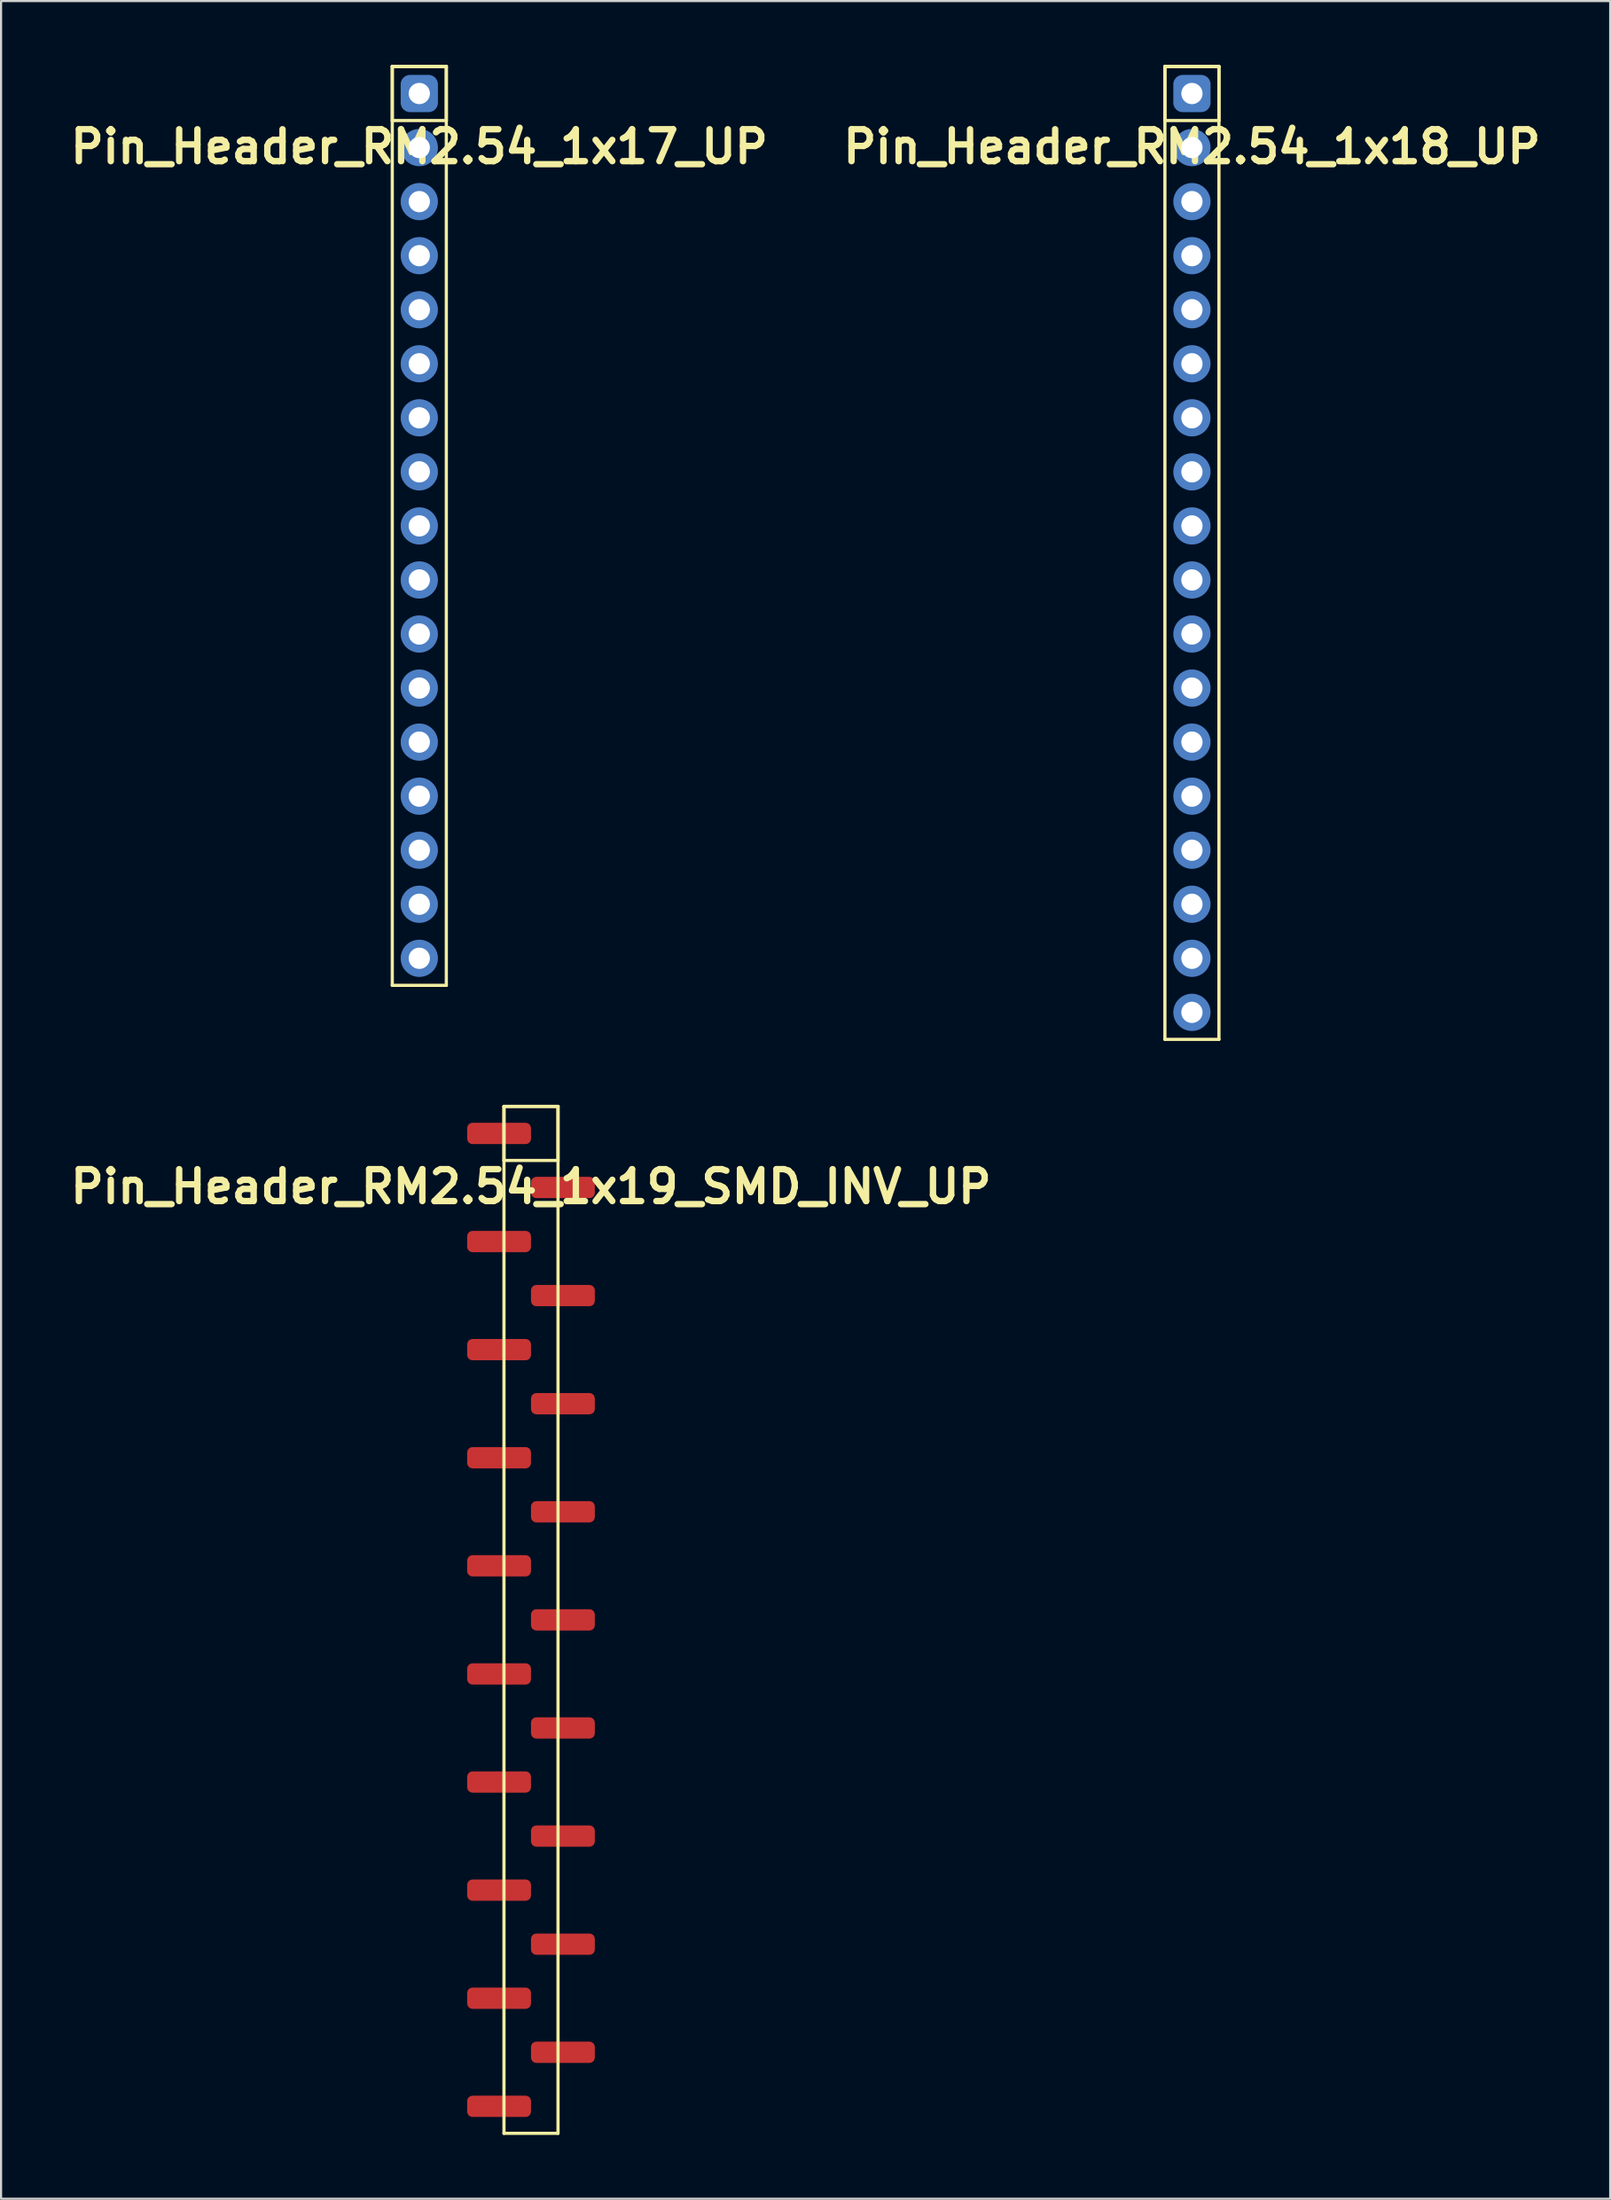
<source format=kicad_pcb>
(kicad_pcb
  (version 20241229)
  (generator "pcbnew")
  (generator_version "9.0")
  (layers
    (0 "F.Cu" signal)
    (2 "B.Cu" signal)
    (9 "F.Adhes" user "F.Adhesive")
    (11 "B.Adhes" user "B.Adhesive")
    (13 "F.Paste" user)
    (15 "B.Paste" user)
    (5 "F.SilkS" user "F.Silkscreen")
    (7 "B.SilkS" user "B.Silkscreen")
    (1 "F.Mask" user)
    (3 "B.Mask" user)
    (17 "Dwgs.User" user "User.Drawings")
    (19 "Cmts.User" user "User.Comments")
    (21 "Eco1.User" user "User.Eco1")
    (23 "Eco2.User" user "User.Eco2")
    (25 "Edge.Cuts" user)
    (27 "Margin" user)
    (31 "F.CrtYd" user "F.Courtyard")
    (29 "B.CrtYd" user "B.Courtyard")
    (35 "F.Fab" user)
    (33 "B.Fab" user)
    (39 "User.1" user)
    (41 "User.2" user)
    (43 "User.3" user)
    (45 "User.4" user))
  (footprint "Pin_Header_RM2.54_1x18_UP"
    (layer "F.Cu")
    (at 52.971 1.345)
    (property "Reference" "Pin_Header_RM2.54_1x18_UP" (at 0 2.5 0) (layer "F.SilkS") (effects (font (size 1.5 1.5) (thickness 0.3))))
    (attr through_hole)
    (fp_line (start -1.27 -1.27) (end 1.27 -1.27) (stroke (width 0.15) (type solid)) (layer "F.SilkS"))
    (fp_line (start -1.27 -1.27) (end 1.27 -1.27) (stroke (width 0.15) (type solid)) (layer "F.SilkS"))
    (fp_line (start -1.27 1.27) (end -1.27 -1.27) (stroke (width 0.15) (type solid)) (layer "F.SilkS"))
    (fp_line (start -1.27 44.45) (end -1.27 -1.27) (stroke (width 0.15) (type solid)) (layer "F.SilkS"))
    (fp_line (start 1.27 -1.27) (end 1.27 1.27) (stroke (width 0.15) (type solid)) (layer "F.SilkS"))
    (fp_line (start 1.27 -1.27) (end 1.27 44.45) (stroke (width 0.15) (type solid)) (layer "F.SilkS"))
    (fp_line (start 1.27 1.27) (end -1.27 1.27) (stroke (width 0.15) (type solid)) (layer "F.SilkS"))
    (fp_line (start 1.27 44.45) (end -1.27 44.45) (stroke (width 0.15) (type solid)) (layer "F.SilkS"))
    (pad "1" thru_hole circle (at 0 0) (size 1.3 1.3) (drill 1) (layers "*.Cu" "*.Mask"))
    (pad "1" smd roundrect (at 0 0) (size 1.5 1.5) (layers "F.Cu" "F.Mask") (roundrect_rratio 0.25))
    (pad "1" smd roundrect (at 0 0) (size 1.75 1.75) (layers "B.Cu" "B.Mask") (roundrect_rratio 0.25))
    (pad "2" thru_hole circle (at 0 2.54) (size 1.3 1.3) (drill 1) (layers "*.Cu" "*.Mask"))
    (pad "2" smd circle (at 0 2.54) (size 1.5 1.5) (layers "F.Cu" "F.Mask"))
    (pad "2" smd circle (at 0 2.54) (size 1.75 1.75) (layers "B.Cu" "B.Mask"))
    (pad "3" thru_hole circle (at 0 5.08) (size 1.3 1.3) (drill 1) (layers "*.Cu" "*.Mask"))
    (pad "3" smd circle (at 0 5.08) (size 1.5 1.5) (layers "F.Cu" "F.Mask"))
    (pad "3" smd circle (at 0 5.08) (size 1.75 1.75) (layers "B.Cu" "B.Mask"))
    (pad "4" thru_hole circle (at 0 7.62) (size 1.3 1.3) (drill 1) (layers "*.Cu" "*.Mask"))
    (pad "4" smd circle (at 0 7.62) (size 1.5 1.5) (layers "F.Cu" "F.Mask"))
    (pad "4" smd circle (at 0 7.62) (size 1.75 1.75) (layers "B.Cu" "B.Mask"))
    (pad "5" thru_hole circle (at 0 10.16) (size 1.3 1.3) (drill 1) (layers "*.Cu" "*.Mask"))
    (pad "5" smd circle (at 0 10.16) (size 1.5 1.5) (layers "F.Cu" "F.Mask"))
    (pad "5" smd circle (at 0 10.16) (size 1.75 1.75) (layers "B.Cu" "B.Mask"))
    (pad "6" thru_hole circle (at 0 12.7) (size 1.3 1.3) (drill 1) (layers "*.Cu" "*.Mask"))
    (pad "6" smd circle (at 0 12.7) (size 1.5 1.5) (layers "F.Cu" "F.Mask"))
    (pad "6" smd circle (at 0 12.7) (size 1.75 1.75) (layers "B.Cu" "B.Mask"))
    (pad "7" thru_hole circle (at 0 15.24) (size 1.3 1.3) (drill 1) (layers "*.Cu" "*.Mask"))
    (pad "7" smd circle (at 0 15.24) (size 1.5 1.5) (layers "F.Cu" "F.Mask"))
    (pad "7" smd circle (at 0 15.24) (size 1.75 1.75) (layers "B.Cu" "B.Mask"))
    (pad "8" thru_hole circle (at 0 17.78) (size 1.3 1.3) (drill 1) (layers "*.Cu" "*.Mask"))
    (pad "8" smd circle (at 0 17.78) (size 1.5 1.5) (layers "F.Cu" "F.Mask"))
    (pad "8" smd circle (at 0 17.78) (size 1.75 1.75) (layers "B.Cu" "B.Mask"))
    (pad "9" thru_hole circle (at 0 20.32) (size 1.3 1.3) (drill 1) (layers "*.Cu" "*.Mask"))
    (pad "9" smd circle (at 0 20.32) (size 1.5 1.5) (layers "F.Cu" "F.Mask"))
    (pad "9" smd circle (at 0 20.32) (size 1.75 1.75) (layers "B.Cu" "B.Mask"))
    (pad "10" thru_hole circle (at 0 22.86) (size 1.3 1.3) (drill 1) (layers "*.Cu" "*.Mask"))
    (pad "10" smd circle (at 0 22.86) (size 1.5 1.5) (layers "F.Cu" "F.Mask"))
    (pad "10" smd circle (at 0 22.86) (size 1.75 1.75) (layers "B.Cu" "B.Mask"))
    (pad "11" thru_hole circle (at 0 25.4) (size 1.3 1.3) (drill 1) (layers "*.Cu" "*.Mask"))
    (pad "11" smd circle (at 0 25.4) (size 1.5 1.5) (layers "F.Cu" "F.Mask"))
    (pad "11" smd circle (at 0 25.4) (size 1.75 1.75) (layers "B.Cu" "B.Mask"))
    (pad "12" thru_hole circle (at 0 27.94) (size 1.3 1.3) (drill 1) (layers "*.Cu" "*.Mask"))
    (pad "12" smd circle (at 0 27.94) (size 1.5 1.5) (layers "F.Cu" "F.Mask"))
    (pad "12" smd circle (at 0 27.94) (size 1.75 1.75) (layers "B.Cu" "B.Mask"))
    (pad "13" thru_hole circle (at 0 30.48) (size 1.3 1.3) (drill 1) (layers "*.Cu" "*.Mask"))
    (pad "13" smd circle (at 0 30.48) (size 1.5 1.5) (layers "F.Cu" "F.Mask"))
    (pad "13" smd circle (at 0 30.48) (size 1.75 1.75) (layers "B.Cu" "B.Mask"))
    (pad "14" thru_hole circle (at 0 33.02) (size 1.3 1.3) (drill 1) (layers "*.Cu" "*.Mask"))
    (pad "14" smd circle (at 0 33.02) (size 1.5 1.5) (layers "F.Cu" "F.Mask"))
    (pad "14" smd circle (at 0 33.02) (size 1.75 1.75) (layers "B.Cu" "B.Mask"))
    (pad "15" thru_hole circle (at 0 35.56) (size 1.3 1.3) (drill 1) (layers "*.Cu" "*.Mask"))
    (pad "15" smd circle (at 0 35.56) (size 1.5 1.5) (layers "F.Cu" "F.Mask"))
    (pad "15" smd circle (at 0 35.56) (size 1.75 1.75) (layers "B.Cu" "B.Mask"))
    (pad "16" thru_hole circle (at 0 38.1) (size 1.3 1.3) (drill 1) (layers "*.Cu" "*.Mask"))
    (pad "16" smd circle (at 0 38.1) (size 1.5 1.5) (layers "F.Cu" "F.Mask"))
    (pad "16" smd circle (at 0 38.1) (size 1.75 1.75) (layers "B.Cu" "B.Mask"))
    (pad "17" thru_hole circle (at 0 40.64) (size 1.3 1.3) (drill 1) (layers "*.Cu" "*.Mask"))
    (pad "17" smd circle (at 0 40.64) (size 1.5 1.5) (layers "F.Cu" "F.Mask"))
    (pad "17" smd circle (at 0 40.64) (size 1.75 1.75) (layers "B.Cu" "B.Mask"))
    (pad "18" thru_hole circle (at 0 43.18) (size 1.3 1.3) (drill 1) (layers "*.Cu" "*.Mask"))
    (pad "18" smd circle (at 0 43.18) (size 1.5 1.5) (layers "F.Cu" "F.Mask"))
    (pad "18" smd circle (at 0 43.18) (size 1.75 1.75) (layers "B.Cu" "B.Mask")))
  (footprint "Pin_Header_RM2.54_1x17_UP"
    (layer "F.Cu")
    (at 16.657 1.345)
    (property "Reference" "Pin_Header_RM2.54_1x17_UP" (at 0 2.5 0) (layer "F.SilkS") (effects (font (size 1.5 1.5) (thickness 0.3))))
    (attr through_hole)
    (fp_line (start -1.27 -1.27) (end 1.27 -1.27) (stroke (width 0.15) (type solid)) (layer "F.SilkS"))
    (fp_line (start -1.27 -1.27) (end 1.27 -1.27) (stroke (width 0.15) (type solid)) (layer "F.SilkS"))
    (fp_line (start -1.27 1.27) (end -1.27 -1.27) (stroke (width 0.15) (type solid)) (layer "F.SilkS"))
    (fp_line (start -1.27 41.91) (end -1.27 -1.27) (stroke (width 0.15) (type solid)) (layer "F.SilkS"))
    (fp_line (start 1.27 -1.27) (end 1.27 1.27) (stroke (width 0.15) (type solid)) (layer "F.SilkS"))
    (fp_line (start 1.27 -1.27) (end 1.27 41.91) (stroke (width 0.15) (type solid)) (layer "F.SilkS"))
    (fp_line (start 1.27 1.27) (end -1.27 1.27) (stroke (width 0.15) (type solid)) (layer "F.SilkS"))
    (fp_line (start 1.27 41.91) (end -1.27 41.91) (stroke (width 0.15) (type solid)) (layer "F.SilkS"))
    (pad "1" thru_hole circle (at 0 0) (size 1.3 1.3) (drill 1) (layers "*.Cu" "*.Mask"))
    (pad "1" smd roundrect (at 0 0) (size 1.5 1.5) (layers "F.Cu" "F.Mask") (roundrect_rratio 0.25))
    (pad "1" smd roundrect (at 0 0) (size 1.75 1.75) (layers "B.Cu" "B.Mask") (roundrect_rratio 0.25))
    (pad "2" thru_hole circle (at 0 2.54) (size 1.3 1.3) (drill 1) (layers "*.Cu" "*.Mask"))
    (pad "2" smd circle (at 0 2.54) (size 1.5 1.5) (layers "F.Cu" "F.Mask"))
    (pad "2" smd circle (at 0 2.54) (size 1.75 1.75) (layers "B.Cu" "B.Mask"))
    (pad "3" thru_hole circle (at 0 5.08) (size 1.3 1.3) (drill 1) (layers "*.Cu" "*.Mask"))
    (pad "3" smd circle (at 0 5.08) (size 1.5 1.5) (layers "F.Cu" "F.Mask"))
    (pad "3" smd circle (at 0 5.08) (size 1.75 1.75) (layers "B.Cu" "B.Mask"))
    (pad "4" thru_hole circle (at 0 7.62) (size 1.3 1.3) (drill 1) (layers "*.Cu" "*.Mask"))
    (pad "4" smd circle (at 0 7.62) (size 1.5 1.5) (layers "F.Cu" "F.Mask"))
    (pad "4" smd circle (at 0 7.62) (size 1.75 1.75) (layers "B.Cu" "B.Mask"))
    (pad "5" thru_hole circle (at 0 10.16) (size 1.3 1.3) (drill 1) (layers "*.Cu" "*.Mask"))
    (pad "5" smd circle (at 0 10.16) (size 1.5 1.5) (layers "F.Cu" "F.Mask"))
    (pad "5" smd circle (at 0 10.16) (size 1.75 1.75) (layers "B.Cu" "B.Mask"))
    (pad "6" thru_hole circle (at 0 12.7) (size 1.3 1.3) (drill 1) (layers "*.Cu" "*.Mask"))
    (pad "6" smd circle (at 0 12.7) (size 1.5 1.5) (layers "F.Cu" "F.Mask"))
    (pad "6" smd circle (at 0 12.7) (size 1.75 1.75) (layers "B.Cu" "B.Mask"))
    (pad "7" thru_hole circle (at 0 15.24) (size 1.3 1.3) (drill 1) (layers "*.Cu" "*.Mask"))
    (pad "7" smd circle (at 0 15.24) (size 1.5 1.5) (layers "F.Cu" "F.Mask"))
    (pad "7" smd circle (at 0 15.24) (size 1.75 1.75) (layers "B.Cu" "B.Mask"))
    (pad "8" thru_hole circle (at 0 17.78) (size 1.3 1.3) (drill 1) (layers "*.Cu" "*.Mask"))
    (pad "8" smd circle (at 0 17.78) (size 1.5 1.5) (layers "F.Cu" "F.Mask"))
    (pad "8" smd circle (at 0 17.78) (size 1.75 1.75) (layers "B.Cu" "B.Mask"))
    (pad "9" thru_hole circle (at 0 20.32) (size 1.3 1.3) (drill 1) (layers "*.Cu" "*.Mask"))
    (pad "9" smd circle (at 0 20.32) (size 1.5 1.5) (layers "F.Cu" "F.Mask"))
    (pad "9" smd circle (at 0 20.32) (size 1.75 1.75) (layers "B.Cu" "B.Mask"))
    (pad "10" thru_hole circle (at 0 22.86) (size 1.3 1.3) (drill 1) (layers "*.Cu" "*.Mask"))
    (pad "10" smd circle (at 0 22.86) (size 1.5 1.5) (layers "F.Cu" "F.Mask"))
    (pad "10" smd circle (at 0 22.86) (size 1.75 1.75) (layers "B.Cu" "B.Mask"))
    (pad "11" thru_hole circle (at 0 25.4) (size 1.3 1.3) (drill 1) (layers "*.Cu" "*.Mask"))
    (pad "11" smd circle (at 0 25.4) (size 1.5 1.5) (layers "F.Cu" "F.Mask"))
    (pad "11" smd circle (at 0 25.4) (size 1.75 1.75) (layers "B.Cu" "B.Mask"))
    (pad "12" thru_hole circle (at 0 27.94) (size 1.3 1.3) (drill 1) (layers "*.Cu" "*.Mask"))
    (pad "12" smd circle (at 0 27.94) (size 1.5 1.5) (layers "F.Cu" "F.Mask"))
    (pad "12" smd circle (at 0 27.94) (size 1.75 1.75) (layers "B.Cu" "B.Mask"))
    (pad "13" thru_hole circle (at 0 30.48) (size 1.3 1.3) (drill 1) (layers "*.Cu" "*.Mask"))
    (pad "13" smd circle (at 0 30.48) (size 1.5 1.5) (layers "F.Cu" "F.Mask"))
    (pad "13" smd circle (at 0 30.48) (size 1.75 1.75) (layers "B.Cu" "B.Mask"))
    (pad "14" thru_hole circle (at 0 33.02) (size 1.3 1.3) (drill 1) (layers "*.Cu" "*.Mask"))
    (pad "14" smd circle (at 0 33.02) (size 1.5 1.5) (layers "F.Cu" "F.Mask"))
    (pad "14" smd circle (at 0 33.02) (size 1.75 1.75) (layers "B.Cu" "B.Mask"))
    (pad "15" thru_hole circle (at 0 35.56) (size 1.3 1.3) (drill 1) (layers "*.Cu" "*.Mask"))
    (pad "15" smd circle (at 0 35.56) (size 1.5 1.5) (layers "F.Cu" "F.Mask"))
    (pad "15" smd circle (at 0 35.56) (size 1.75 1.75) (layers "B.Cu" "B.Mask"))
    (pad "16" thru_hole circle (at 0 38.1) (size 1.3 1.3) (drill 1) (layers "*.Cu" "*.Mask"))
    (pad "16" smd circle (at 0 38.1) (size 1.5 1.5) (layers "F.Cu" "F.Mask"))
    (pad "16" smd circle (at 0 38.1) (size 1.75 1.75) (layers "B.Cu" "B.Mask"))
    (pad "17" thru_hole circle (at 0 40.64) (size 1.3 1.3) (drill 1) (layers "*.Cu" "*.Mask"))
    (pad "17" smd circle (at 0 40.64) (size 1.5 1.5) (layers "F.Cu" "F.Mask"))
    (pad "17" smd circle (at 0 40.64) (size 1.75 1.75) (layers "B.Cu" "B.Mask")))
  (footprint "Pin_Header_RM2.54_1x19_SMD_INV_UP"
    (layer "F.Cu")
    (at 21.907 50.215)
    (property "Reference" "Pin_Header_RM2.54_1x19_SMD_INV_UP" (at 0 2.5 0) (layer "F.SilkS") (effects (font (size 1.5 1.5) (thickness 0.3))))
    (attr through_hole)
    (fp_line (start -1.27 -1.27) (end 1.27 -1.27) (stroke (width 0.15) (type solid)) (layer "F.SilkS"))
    (fp_line (start -1.27 -1.27) (end 1.27 -1.27) (stroke (width 0.15) (type solid)) (layer "F.SilkS"))
    (fp_line (start -1.27 1.27) (end -1.27 -1.27) (stroke (width 0.15) (type solid)) (layer "F.SilkS"))
    (fp_line (start -1.27 46.99) (end -1.27 -1.27) (stroke (width 0.15) (type solid)) (layer "F.SilkS"))
    (fp_line (start 1.27 -1.27) (end 1.27 1.27) (stroke (width 0.15) (type solid)) (layer "F.SilkS"))
    (fp_line (start 1.27 -1.27) (end 1.27 46.99) (stroke (width 0.15) (type solid)) (layer "F.SilkS"))
    (fp_line (start 1.27 1.27) (end -1.27 1.27) (stroke (width 0.15) (type solid)) (layer "F.SilkS"))
    (fp_line (start 1.27 46.99) (end -1.27 46.99) (stroke (width 0.15) (type solid)) (layer "F.SilkS"))
    (pad "1" smd roundrect (at -1.5 0) (size 3 1) (layers "F.Cu" "F.Mask") (roundrect_rratio 0.25))
    (pad "2" smd roundrect (at 1.5 2.54) (size 3 1) (layers "F.Cu" "F.Mask") (roundrect_rratio 0.25))
    (pad "3" smd roundrect (at -1.5 5.08) (size 3 1) (layers "F.Cu" "F.Mask") (roundrect_rratio 0.25))
    (pad "4" smd roundrect (at 1.5 7.62) (size 3 1) (layers "F.Cu" "F.Mask") (roundrect_rratio 0.25))
    (pad "5" smd roundrect (at -1.5 10.16) (size 3 1) (layers "F.Cu" "F.Mask") (roundrect_rratio 0.25))
    (pad "6" smd roundrect (at 1.5 12.7) (size 3 1) (layers "F.Cu" "F.Mask") (roundrect_rratio 0.25))
    (pad "7" smd roundrect (at -1.5 15.24) (size 3 1) (layers "F.Cu" "F.Mask") (roundrect_rratio 0.25))
    (pad "8" smd roundrect (at 1.5 17.78) (size 3 1) (layers "F.Cu" "F.Mask") (roundrect_rratio 0.25))
    (pad "9" smd roundrect (at -1.5 20.32) (size 3 1) (layers "F.Cu" "F.Mask") (roundrect_rratio 0.25))
    (pad "10" smd roundrect (at 1.5 22.86) (size 3 1) (layers "F.Cu" "F.Mask") (roundrect_rratio 0.25))
    (pad "11" smd roundrect (at -1.5 25.4) (size 3 1) (layers "F.Cu" "F.Mask") (roundrect_rratio 0.25))
    (pad "12" smd roundrect (at 1.5 27.94) (size 3 1) (layers "F.Cu" "F.Mask") (roundrect_rratio 0.25))
    (pad "13" smd roundrect (at -1.5 30.48) (size 3 1) (layers "F.Cu" "F.Mask") (roundrect_rratio 0.25))
    (pad "14" smd roundrect (at 1.5 33.02) (size 3 1) (layers "F.Cu" "F.Mask") (roundrect_rratio 0.25))
    (pad "15" smd roundrect (at -1.5 35.56) (size 3 1) (layers "F.Cu" "F.Mask") (roundrect_rratio 0.25))
    (pad "16" smd roundrect (at 1.5 38.1) (size 3 1) (layers "F.Cu" "F.Mask") (roundrect_rratio 0.25))
    (pad "17" smd roundrect (at -1.5 40.64) (size 3 1) (layers "F.Cu" "F.Mask") (roundrect_rratio 0.25))
    (pad "18" smd roundrect (at 1.5 43.18) (size 3 1) (layers "F.Cu" "F.Mask") (roundrect_rratio 0.25))
    (pad "19" smd roundrect (at -1.5 45.72) (size 3 1) (layers "F.Cu" "F.Mask") (roundrect_rratio 0.25)))
  (gr_rect
    (start -3 -3)
    (end 72.629 100.28)
    (stroke (width 0.1) (type default))
    (fill no)
    (layer "Edge.Cuts")))
</source>
